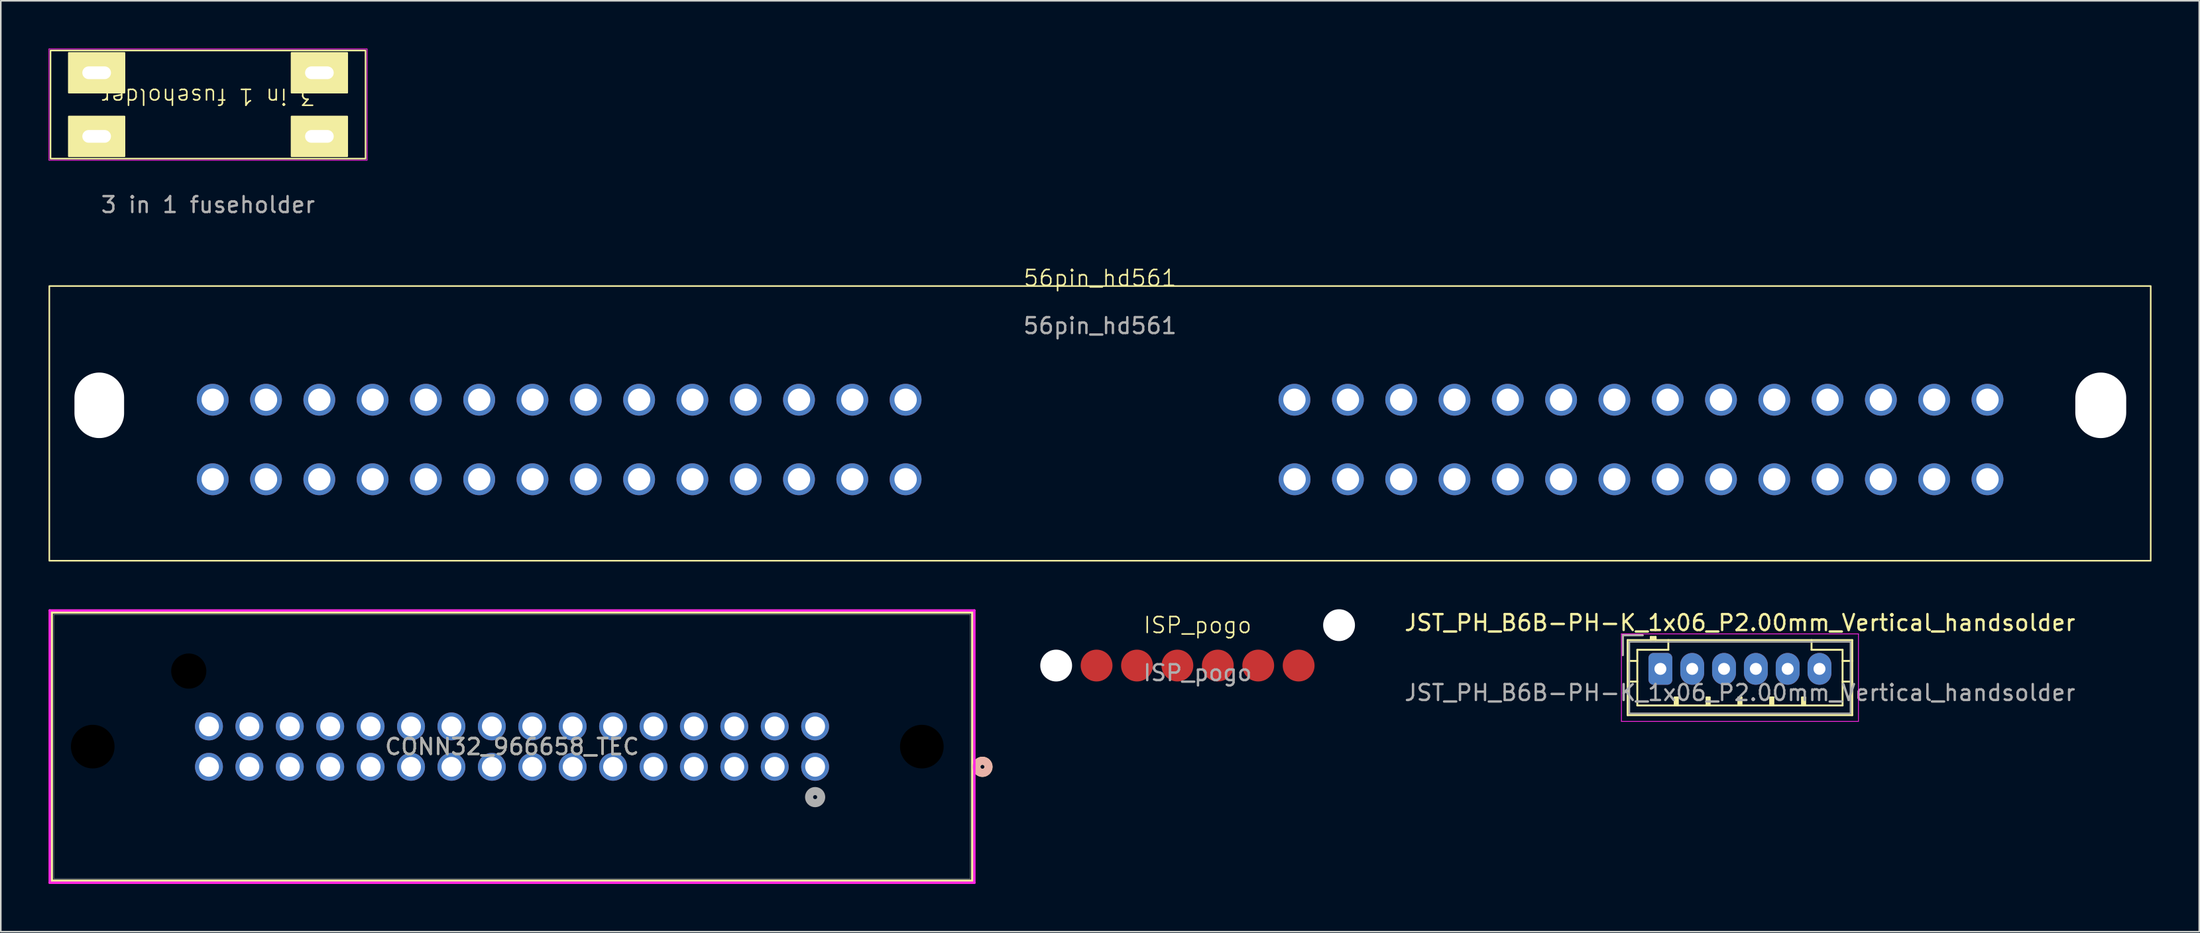
<source format=kicad_pcb>
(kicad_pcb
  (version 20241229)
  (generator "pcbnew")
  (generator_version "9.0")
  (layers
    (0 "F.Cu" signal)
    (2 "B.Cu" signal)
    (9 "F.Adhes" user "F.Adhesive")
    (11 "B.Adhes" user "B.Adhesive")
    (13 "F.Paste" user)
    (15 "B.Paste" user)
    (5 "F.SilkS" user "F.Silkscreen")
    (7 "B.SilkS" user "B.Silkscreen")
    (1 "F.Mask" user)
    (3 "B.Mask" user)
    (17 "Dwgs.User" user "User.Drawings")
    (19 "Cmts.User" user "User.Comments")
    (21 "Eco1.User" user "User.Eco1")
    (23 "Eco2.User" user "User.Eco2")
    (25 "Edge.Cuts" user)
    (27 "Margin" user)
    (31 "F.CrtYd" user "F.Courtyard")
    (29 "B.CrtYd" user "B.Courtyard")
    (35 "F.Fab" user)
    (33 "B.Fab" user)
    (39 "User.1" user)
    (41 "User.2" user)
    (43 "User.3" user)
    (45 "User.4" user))
  (footprint "56pin_hd561"
    (layer "F.Cu")
    (at 66.09 14.934)
    (property "Reference" "56pin_hd561" (at 0 -0.5 0) (unlocked yes) (layer "F.SilkS") (effects (font (size 1 1) (thickness 0.1))))
    (attr through_hole)
    (fp_rect (start -66.04 0) (end 66.04 17.272) (stroke (width 0.1) (type default)) (fill no) (layer "F.SilkS"))
    (fp_text user "${REFERENCE}" (at 0 2.5 0) (unlocked yes) (layer "F.Fab") (effects (font (size 1 1) (thickness 0.15))))
    (pad "" np_thru_hole oval (at -62.9 7.5) (size 3.12 4.12) (drill oval 3.12 4.12) (layers "*.Cu" "*.Mask"))
    (pad "" np_thru_hole oval (at 62.9 7.5) (size 3.2 4.12) (drill oval 3.2 4.12) (layers "*.Cu" "*.Mask"))
    (pad "1" thru_hole circle (at 12.22 7.15) (size 2 2) (drill 1.4) (layers "*.Cu" "*.Mask"))
    (pad "2" thru_hole circle (at 15.58 7.15) (size 2 2) (drill 1.4) (layers "*.Cu" "*.Mask"))
    (pad "3" thru_hole circle (at 18.93 7.15) (size 2 2) (drill 1.4) (layers "*.Cu" "*.Mask"))
    (pad "4" thru_hole circle (at 22.28 7.15) (size 2 2) (drill 1.4) (layers "*.Cu" "*.Mask"))
    (pad "5" thru_hole circle (at 25.63 7.15) (size 2 2) (drill 1.4) (layers "*.Cu" "*.Mask"))
    (pad "6" thru_hole circle (at 28.98 7.15) (size 2 2) (drill 1.4) (layers "*.Cu" "*.Mask"))
    (pad "7" thru_hole circle (at 32.33 7.15) (size 2 2) (drill 1.4) (layers "*.Cu" "*.Mask"))
    (pad "8" thru_hole circle (at 35.68 7.15) (size 2 2) (drill 1.4) (layers "*.Cu" "*.Mask"))
    (pad "9" thru_hole circle (at 39.03 7.15) (size 2 2) (drill 1.4) (layers "*.Cu" "*.Mask"))
    (pad "10" thru_hole circle (at 42.38 7.15) (size 2 2) (drill 1.4) (layers "*.Cu" "*.Mask"))
    (pad "11" thru_hole circle (at 45.73 7.15) (size 2 2) (drill 1.4) (layers "*.Cu" "*.Mask"))
    (pad "12" thru_hole circle (at 49.08 7.15) (size 2 2) (drill 1.4) (layers "*.Cu" "*.Mask"))
    (pad "13" thru_hole circle (at 52.43 7.15) (size 2 2) (drill 1.4) (layers "*.Cu" "*.Mask"))
    (pad "14" thru_hole circle (at 55.78 7.15) (size 2 2) (drill 1.4) (layers "*.Cu" "*.Mask"))
    (pad "15" thru_hole circle (at 12.23 12.15) (size 2 2) (drill 1.4) (layers "*.Cu" "*.Mask"))
    (pad "16" thru_hole circle (at 15.58 12.15) (size 2 2) (drill 1.4) (layers "*.Cu" "*.Mask"))
    (pad "17" thru_hole circle (at 18.93 12.15) (size 2 2) (drill 1.4) (layers "*.Cu" "*.Mask"))
    (pad "18" thru_hole circle (at 22.28 12.15) (size 2 2) (drill 1.4) (layers "*.Cu" "*.Mask"))
    (pad "19" thru_hole circle (at 25.63 12.15) (size 2 2) (drill 1.4) (layers "*.Cu" "*.Mask"))
    (pad "20" thru_hole circle (at 28.98 12.15) (size 2 2) (drill 1.4) (layers "*.Cu" "*.Mask"))
    (pad "21" thru_hole circle (at 32.33 12.15) (size 2 2) (drill 1.4) (layers "*.Cu" "*.Mask"))
    (pad "22" thru_hole circle (at 35.68 12.15) (size 2 2) (drill 1.4) (layers "*.Cu" "*.Mask"))
    (pad "23" thru_hole circle (at 39.03 12.15) (size 2 2) (drill 1.4) (layers "*.Cu" "*.Mask"))
    (pad "24" thru_hole circle (at 42.38 12.15) (size 2 2) (drill 1.4) (layers "*.Cu" "*.Mask"))
    (pad "25" thru_hole circle (at 45.73 12.15) (size 2 2) (drill 1.4) (layers "*.Cu" "*.Mask"))
    (pad "26" thru_hole circle (at 49.08 12.15) (size 2 2) (drill 1.4) (layers "*.Cu" "*.Mask"))
    (pad "27" thru_hole circle (at 52.43 12.15) (size 2 2) (drill 1.4) (layers "*.Cu" "*.Mask"))
    (pad "28" thru_hole circle (at 55.78 12.15) (size 2 2) (drill 1.4) (layers "*.Cu" "*.Mask"))
    (pad "29" thru_hole circle (at -12.22 7.15) (size 2 2) (drill 1.4) (layers "*.Cu" "*.Mask"))
    (pad "30" thru_hole circle (at -15.57 7.15) (size 2 2) (drill 1.4) (layers "*.Cu" "*.Mask"))
    (pad "31" thru_hole circle (at -18.92 7.15) (size 2 2) (drill 1.4) (layers "*.Cu" "*.Mask"))
    (pad "32" thru_hole circle (at -22.27 7.15) (size 2 2) (drill 1.4) (layers "*.Cu" "*.Mask"))
    (pad "33" thru_hole circle (at -25.62 7.15) (size 2 2) (drill 1.4) (layers "*.Cu" "*.Mask"))
    (pad "34" thru_hole circle (at -28.97 7.15) (size 2 2) (drill 1.4) (layers "*.Cu" "*.Mask"))
    (pad "35" thru_hole circle (at -32.32 7.15) (size 2 2) (drill 1.4) (layers "*.Cu" "*.Mask"))
    (pad "36" thru_hole circle (at -35.67 7.15) (size 2 2) (drill 1.4) (layers "*.Cu" "*.Mask"))
    (pad "37" thru_hole circle (at -39.02 7.15) (size 2 2) (drill 1.4) (layers "*.Cu" "*.Mask"))
    (pad "38" thru_hole circle (at -42.37 7.15) (size 2 2) (drill 1.4) (layers "*.Cu" "*.Mask"))
    (pad "39" thru_hole circle (at -45.72 7.15) (size 2 2) (drill 1.4) (layers "*.Cu" "*.Mask"))
    (pad "40" thru_hole circle (at -49.07 7.15) (size 2 2) (drill 1.4) (layers "*.Cu" "*.Mask"))
    (pad "41" thru_hole circle (at -52.42 7.15) (size 2 2) (drill 1.4) (layers "*.Cu" "*.Mask"))
    (pad "42" thru_hole circle (at -55.77 7.15) (size 2 2) (drill 1.4) (layers "*.Cu" "*.Mask"))
    (pad "43" thru_hole circle (at -12.22 12.15) (size 2 2) (drill 1.4) (layers "*.Cu" "*.Mask"))
    (pad "44" thru_hole circle (at -15.57 12.15) (size 2 2) (drill 1.4) (layers "*.Cu" "*.Mask"))
    (pad "45" thru_hole circle (at -18.92 12.15) (size 2 2) (drill 1.4) (layers "*.Cu" "*.Mask"))
    (pad "46" thru_hole circle (at -22.27 12.15) (size 2 2) (drill 1.4) (layers "*.Cu" "*.Mask"))
    (pad "47" thru_hole circle (at -25.62 12.15) (size 2 2) (drill 1.4) (layers "*.Cu" "*.Mask"))
    (pad "48" thru_hole circle (at -28.97 12.15) (size 2 2) (drill 1.4) (layers "*.Cu" "*.Mask"))
    (pad "49" thru_hole circle (at -32.32 12.15) (size 2 2) (drill 1.4) (layers "*.Cu" "*.Mask"))
    (pad "50" thru_hole circle (at -35.67 12.15) (size 2 2) (drill 1.4) (layers "*.Cu" "*.Mask"))
    (pad "51" thru_hole circle (at -39.02 12.15) (size 2 2) (drill 1.4) (layers "*.Cu" "*.Mask"))
    (pad "52" thru_hole circle (at -42.37 12.15) (size 2 2) (drill 1.4) (layers "*.Cu" "*.Mask"))
    (pad "53" thru_hole circle (at -45.72 12.15) (size 2 2) (drill 1.4) (layers "*.Cu" "*.Mask"))
    (pad "54" thru_hole circle (at -49.07 12.15) (size 2 2) (drill 1.4) (layers "*.Cu" "*.Mask"))
    (pad "55" thru_hole circle (at -52.42 12.15) (size 2 2) (drill 1.4) (layers "*.Cu" "*.Mask"))
    (pad "56" thru_hole circle (at -55.77 12.15) (size 2 2) (drill 1.4) (layers "*.Cu" "*.Mask")))
  (footprint "JST_PH_B6B-PH-K_1x06_P2.00mm_Vertical_handsolder"
    (layer "F.Cu")
    (at 101.311 39.004)
    (property "Reference" "JST_PH_B6B-PH-K_1x06_P2.00mm_Vertical_handsolder" (at 5 -2.9 0) (layer "F.SilkS") (effects (font (size 1 1) (thickness 0.15))))
    (attr through_hole)
    (fp_line (start -2.36 -2.11) (end -2.36 -0.86) (stroke (width 0.12) (type solid)) (layer "F.SilkS"))
    (fp_line (start -2.06 -1.81) (end -2.06 2.91) (stroke (width 0.12) (type solid)) (layer "F.SilkS"))
    (fp_line (start -2.06 -0.5) (end -1.45 -0.5) (stroke (width 0.12) (type solid)) (layer "F.SilkS"))
    (fp_line (start -2.06 0.8) (end -1.45 0.8) (stroke (width 0.12) (type solid)) (layer "F.SilkS"))
    (fp_line (start -2.06 2.91) (end 12.06 2.91) (stroke (width 0.12) (type solid)) (layer "F.SilkS"))
    (fp_line (start -1.45 -1.2) (end -1.45 2.3) (stroke (width 0.12) (type solid)) (layer "F.SilkS"))
    (fp_line (start -1.45 2.3) (end 11.45 2.3) (stroke (width 0.12) (type solid)) (layer "F.SilkS"))
    (fp_line (start -1.11 -2.11) (end -2.36 -2.11) (stroke (width 0.12) (type solid)) (layer "F.SilkS"))
    (fp_line (start -0.6 -2.01) (end -0.6 -1.81) (stroke (width 0.12) (type solid)) (layer "F.SilkS"))
    (fp_line (start -0.3 -2.01) (end -0.6 -2.01) (stroke (width 0.12) (type solid)) (layer "F.SilkS"))
    (fp_line (start -0.3 -1.91) (end -0.6 -1.91) (stroke (width 0.12) (type solid)) (layer "F.SilkS"))
    (fp_line (start -0.3 -1.81) (end -0.3 -2.01) (stroke (width 0.12) (type solid)) (layer "F.SilkS"))
    (fp_line (start 0.5 -1.81) (end 0.5 -1.2) (stroke (width 0.12) (type solid)) (layer "F.SilkS"))
    (fp_line (start 0.5 -1.2) (end -1.45 -1.2) (stroke (width 0.12) (type solid)) (layer "F.SilkS"))
    (fp_line (start 0.9 1.8) (end 1.1 1.8) (stroke (width 0.12) (type solid)) (layer "F.SilkS"))
    (fp_line (start 0.9 2.3) (end 0.9 1.8) (stroke (width 0.12) (type solid)) (layer "F.SilkS"))
    (fp_line (start 1 2.3) (end 1 1.8) (stroke (width 0.12) (type solid)) (layer "F.SilkS"))
    (fp_line (start 1.1 1.8) (end 1.1 2.3) (stroke (width 0.12) (type solid)) (layer "F.SilkS"))
    (fp_line (start 2.9 1.8) (end 3.1 1.8) (stroke (width 0.12) (type solid)) (layer "F.SilkS"))
    (fp_line (start 2.9 2.3) (end 2.9 1.8) (stroke (width 0.12) (type solid)) (layer "F.SilkS"))
    (fp_line (start 3 2.3) (end 3 1.8) (stroke (width 0.12) (type solid)) (layer "F.SilkS"))
    (fp_line (start 3.1 1.8) (end 3.1 2.3) (stroke (width 0.12) (type solid)) (layer "F.SilkS"))
    (fp_line (start 4.9 1.8) (end 5.1 1.8) (stroke (width 0.12) (type solid)) (layer "F.SilkS"))
    (fp_line (start 4.9 2.3) (end 4.9 1.8) (stroke (width 0.12) (type solid)) (layer "F.SilkS"))
    (fp_line (start 5 2.3) (end 5 1.8) (stroke (width 0.12) (type solid)) (layer "F.SilkS"))
    (fp_line (start 5.1 1.8) (end 5.1 2.3) (stroke (width 0.12) (type solid)) (layer "F.SilkS"))
    (fp_line (start 6.9 1.8) (end 7.1 1.8) (stroke (width 0.12) (type solid)) (layer "F.SilkS"))
    (fp_line (start 6.9 2.3) (end 6.9 1.8) (stroke (width 0.12) (type solid)) (layer "F.SilkS"))
    (fp_line (start 7 2.3) (end 7 1.8) (stroke (width 0.12) (type solid)) (layer "F.SilkS"))
    (fp_line (start 7.1 1.8) (end 7.1 2.3) (stroke (width 0.12) (type solid)) (layer "F.SilkS"))
    (fp_line (start 8.9 1.8) (end 9.1 1.8) (stroke (width 0.12) (type solid)) (layer "F.SilkS"))
    (fp_line (start 8.9 2.3) (end 8.9 1.8) (stroke (width 0.12) (type solid)) (layer "F.SilkS"))
    (fp_line (start 9 2.3) (end 9 1.8) (stroke (width 0.12) (type solid)) (layer "F.SilkS"))
    (fp_line (start 9.1 1.8) (end 9.1 2.3) (stroke (width 0.12) (type solid)) (layer "F.SilkS"))
    (fp_line (start 9.5 -1.2) (end 9.5 -1.81) (stroke (width 0.12) (type solid)) (layer "F.SilkS"))
    (fp_line (start 11.45 -1.2) (end 9.5 -1.2) (stroke (width 0.12) (type solid)) (layer "F.SilkS"))
    (fp_line (start 11.45 2.3) (end 11.45 -1.2) (stroke (width 0.12) (type solid)) (layer "F.SilkS"))
    (fp_line (start 12.06 -1.81) (end -2.06 -1.81) (stroke (width 0.12) (type solid)) (layer "F.SilkS"))
    (fp_line (start 12.06 -0.5) (end 11.45 -0.5) (stroke (width 0.12) (type solid)) (layer "F.SilkS"))
    (fp_line (start 12.06 0.8) (end 11.45 0.8) (stroke (width 0.12) (type solid)) (layer "F.SilkS"))
    (fp_line (start 12.06 2.91) (end 12.06 -1.81) (stroke (width 0.12) (type solid)) (layer "F.SilkS"))
    (fp_line (start -2.45 -2.2) (end -2.45 3.3) (stroke (width 0.05) (type solid)) (layer "F.CrtYd"))
    (fp_line (start -2.45 3.3) (end 12.45 3.3) (stroke (width 0.05) (type solid)) (layer "F.CrtYd"))
    (fp_line (start 12.45 -2.2) (end -2.45 -2.2) (stroke (width 0.05) (type solid)) (layer "F.CrtYd"))
    (fp_line (start 12.45 3.3) (end 12.45 -2.2) (stroke (width 0.05) (type solid)) (layer "F.CrtYd"))
    (fp_line (start -2.36 -2.11) (end -2.36 -0.86) (stroke (width 0.1) (type solid)) (layer "F.Fab"))
    (fp_line (start -1.95 -1.7) (end -1.95 2.8) (stroke (width 0.1) (type solid)) (layer "F.Fab"))
    (fp_line (start -1.95 2.8) (end 11.95 2.8) (stroke (width 0.1) (type solid)) (layer "F.Fab"))
    (fp_line (start -1.11 -2.11) (end -2.36 -2.11) (stroke (width 0.1) (type solid)) (layer "F.Fab"))
    (fp_line (start 11.95 -1.7) (end -1.95 -1.7) (stroke (width 0.1) (type solid)) (layer "F.Fab"))
    (fp_line (start 11.95 2.8) (end 11.95 -1.7) (stroke (width 0.1) (type solid)) (layer "F.Fab"))
    (fp_text user "${REFERENCE}" (at 5 1.5 0) (layer "F.Fab") (effects (font (size 1 1) (thickness 0.15))))
    (pad "1" thru_hole roundrect (at 0 0) (size 1.5 2) (drill 0.75) (layers "*.Cu" "*.Mask") (roundrect_rratio 0.208))
    (pad "2" thru_hole oval (at 2 0) (size 1.5 2) (drill 0.75) (layers "*.Cu" "*.Mask"))
    (pad "3" thru_hole oval (at 4 0) (size 1.5 2) (drill 0.75) (layers "*.Cu" "*.Mask"))
    (pad "4" thru_hole oval (at 6 0) (size 1.5 2) (drill 0.75) (layers "*.Cu" "*.Mask"))
    (pad "5" thru_hole oval (at 8 0) (size 1.5 2) (drill 0.75) (layers "*.Cu" "*.Mask"))
    (pad "6" thru_hole oval (at 10 0) (size 1.5 2) (drill 0.75) (layers "*.Cu" "*.Mask")))
  (footprint "3 in 1 fuseholder"
    (layer "F.Cu")
    (at 10.025 3.525)
    (property "Reference" "3 in 1 fuseholder" (at 0 -0.5 180) (unlocked yes) (layer "F.SilkS") (effects (font (size 1 1) (thickness 0.1))))
    (attr through_hole)
    (fp_rect (start -9.9 -3.4) (end 9.9 3.4) (stroke (width 0.1) (type default)) (fill no) (layer "F.SilkS"))
    (fp_rect (start -8.75 -3.25) (end -5.25 -0.75) (stroke (width 0.1) (type solid)) (fill yes) (layer "F.SilkS"))
    (fp_rect (start -8.75 0.75) (end -5.25 3.25) (stroke (width 0.1) (type solid)) (fill yes) (layer "F.SilkS"))
    (fp_rect (start 5.25 -3.25) (end 8.75 -0.75) (stroke (width 0.1) (type solid)) (fill yes) (layer "F.SilkS"))
    (fp_rect (start 5.25 0.75) (end 8.75 3.25) (stroke (width 0.1) (type solid)) (fill yes) (layer "F.SilkS"))
    (fp_rect (start -10 -3.5) (end 10 3.5) (stroke (width 0.05) (type default)) (fill no) (layer "F.CrtYd"))
    (fp_text user "${REFERENCE}" (at 0 6.3 0) (unlocked yes) (layer "F.Fab") (effects (font (size 1 1) (thickness 0.15))))
    (pad "1" thru_hole oval (at -7 -2) (size 2.8 1.8) (drill oval 1.8 0.8) (layers "*.Cu" "*.Mask"))
    (pad "1" thru_hole oval (at -7 2) (size 2.8 1.8) (drill oval 1.8 0.8) (layers "*.Cu" "*.Mask"))
    (pad "2" thru_hole oval (at 7 -2) (size 2.8 1.8) (drill oval 1.8 0.8) (layers "*.Cu" "*.Mask"))
    (pad "2" thru_hole oval (at 7 2) (size 2.8 1.8) (drill oval 1.8 0.8) (layers "*.Cu" "*.Mask")))
  (footprint "CONN32_966658_TEC"
    (layer "F.Cu")
    (at 10.084 42.622)
    (property "Reference" "CONN32_966658_TEC" (at 19.05 1.27 0) (unlocked yes) (layer "F.SilkS") (effects (font (size 1 1) (thickness 0.15))))
    (attr through_hole)
    (fp_line (start -9.881 -7.163) (end -9.881 9.703) (stroke (width 0.152) (type solid)) (layer "F.SilkS"))
    (fp_line (start -9.881 9.703) (end 47.981 9.703) (stroke (width 0.152) (type solid)) (layer "F.SilkS"))
    (fp_line (start 47.981 -7.163) (end -9.881 -7.163) (stroke (width 0.152) (type solid)) (layer "F.SilkS"))
    (fp_line (start 47.981 9.703) (end 47.981 -7.163) (stroke (width 0.152) (type solid)) (layer "F.SilkS"))
    (fp_circle (center 48.616 2.54) (end 48.997 2.54) (stroke (width 0.508) (type solid)) (fill no) (layer "F.SilkS"))
    (fp_circle (center 48.616 2.54) (end 48.997 2.54) (stroke (width 0.508) (type solid)) (fill no) (layer "B.SilkS"))
    (fp_line (start -10.008 -7.29) (end -10.008 9.83) (stroke (width 0.152) (type solid)) (layer "F.CrtYd"))
    (fp_line (start -10.008 9.83) (end 48.108 9.83) (stroke (width 0.152) (type solid)) (layer "F.CrtYd"))
    (fp_line (start 48.108 -7.29) (end -10.008 -7.29) (stroke (width 0.152) (type solid)) (layer "F.CrtYd"))
    (fp_line (start 48.108 9.83) (end 48.108 -7.29) (stroke (width 0.152) (type solid)) (layer "F.CrtYd"))
    (fp_line (start -9.754 -7.036) (end -9.754 9.576) (stroke (width 0.025) (type solid)) (layer "F.Fab"))
    (fp_line (start -9.754 9.576) (end 47.854 9.576) (stroke (width 0.025) (type solid)) (layer "F.Fab"))
    (fp_line (start 47.854 -7.036) (end -9.754 -7.036) (stroke (width 0.025) (type solid)) (layer "F.Fab"))
    (fp_line (start 47.854 9.576) (end 47.854 -7.036) (stroke (width 0.025) (type solid)) (layer "F.Fab"))
    (fp_circle (center 38.1 4.445) (end 38.481 4.445) (stroke (width 0.508) (type solid)) (fill no) (layer "F.Fab"))
    (fp_text user "${REFERENCE}" (at 19.05 1.27 0) (unlocked yes) (layer "F.Fab") (effects (font (size 1 1) (thickness 0.15))))
    (pad "" np_thru_hole circle (at -7.306 1.27) (size 2.743 2.743) (drill 2.743) (layers))
    (pad "" np_thru_hole circle (at -1.27 -3.48) (size 2.21 2.21) (drill 2.21) (layers))
    (pad "" np_thru_hole circle (at 44.806 1.27) (size 2.743 2.743) (drill 2.743) (layers))
    (pad "1" thru_hole circle (at 38.1 2.54) (size 1.753 1.753) (drill 1.245) (layers "*.Cu" "*.Mask"))
    (pad "2" thru_hole circle (at 35.56 2.54) (size 1.753 1.753) (drill 1.245) (layers "*.Cu" "*.Mask"))
    (pad "3" thru_hole circle (at 33.02 2.54) (size 1.753 1.753) (drill 1.245) (layers "*.Cu" "*.Mask"))
    (pad "4" thru_hole circle (at 30.48 2.54) (size 1.753 1.753) (drill 1.245) (layers "*.Cu" "*.Mask"))
    (pad "5" thru_hole circle (at 27.94 2.54) (size 1.753 1.753) (drill 1.245) (layers "*.Cu" "*.Mask"))
    (pad "6" thru_hole circle (at 25.4 2.54) (size 1.753 1.753) (drill 1.245) (layers "*.Cu" "*.Mask"))
    (pad "7" thru_hole circle (at 22.86 2.54) (size 1.753 1.753) (drill 1.245) (layers "*.Cu" "*.Mask"))
    (pad "8" thru_hole circle (at 20.32 2.54) (size 1.753 1.753) (drill 1.245) (layers "*.Cu" "*.Mask"))
    (pad "9" thru_hole circle (at 17.78 2.54) (size 1.753 1.753) (drill 1.245) (layers "*.Cu" "*.Mask"))
    (pad "10" thru_hole circle (at 15.24 2.54) (size 1.753 1.753) (drill 1.245) (layers "*.Cu" "*.Mask"))
    (pad "11" thru_hole circle (at 12.7 2.54) (size 1.753 1.753) (drill 1.245) (layers "*.Cu" "*.Mask"))
    (pad "12" thru_hole circle (at 10.16 2.54) (size 1.753 1.753) (drill 1.245) (layers "*.Cu" "*.Mask"))
    (pad "13" thru_hole circle (at 7.62 2.54) (size 1.753 1.753) (drill 1.245) (layers "*.Cu" "*.Mask"))
    (pad "14" thru_hole circle (at 5.08 2.54) (size 1.753 1.753) (drill 1.245) (layers "*.Cu" "*.Mask"))
    (pad "15" thru_hole circle (at 2.54 2.54) (size 1.753 1.753) (drill 1.245) (layers "*.Cu" "*.Mask"))
    (pad "16" thru_hole circle (at 0 2.54) (size 1.753 1.753) (drill 1.245) (layers "*.Cu" "*.Mask"))
    (pad "17" thru_hole circle (at 38.1 0) (size 1.753 1.753) (drill 1.245) (layers "*.Cu" "*.Mask"))
    (pad "18" thru_hole circle (at 35.56 0) (size 1.753 1.753) (drill 1.245) (layers "*.Cu" "*.Mask"))
    (pad "19" thru_hole circle (at 33.02 0) (size 1.753 1.753) (drill 1.245) (layers "*.Cu" "*.Mask"))
    (pad "20" thru_hole circle (at 30.48 0) (size 1.753 1.753) (drill 1.245) (layers "*.Cu" "*.Mask"))
    (pad "21" thru_hole circle (at 27.94 0) (size 1.753 1.753) (drill 1.245) (layers "*.Cu" "*.Mask"))
    (pad "22" thru_hole circle (at 25.4 0) (size 1.753 1.753) (drill 1.245) (layers "*.Cu" "*.Mask"))
    (pad "23" thru_hole circle (at 22.86 0) (size 1.753 1.753) (drill 1.245) (layers "*.Cu" "*.Mask"))
    (pad "24" thru_hole circle (at 20.32 0) (size 1.753 1.753) (drill 1.245) (layers "*.Cu" "*.Mask"))
    (pad "25" thru_hole circle (at 17.78 0) (size 1.753 1.753) (drill 1.245) (layers "*.Cu" "*.Mask"))
    (pad "26" thru_hole circle (at 15.24 0) (size 1.753 1.753) (drill 1.245) (layers "*.Cu" "*.Mask"))
    (pad "27" thru_hole circle (at 12.7 0) (size 1.753 1.753) (drill 1.245) (layers "*.Cu" "*.Mask"))
    (pad "28" thru_hole circle (at 10.16 0) (size 1.753 1.753) (drill 1.245) (layers "*.Cu" "*.Mask"))
    (pad "29" thru_hole circle (at 7.62 0) (size 1.753 1.753) (drill 1.245) (layers "*.Cu" "*.Mask"))
    (pad "30" thru_hole circle (at 5.08 0) (size 1.753 1.753) (drill 1.245) (layers "*.Cu" "*.Mask"))
    (pad "31" thru_hole circle (at 2.54 0) (size 1.753 1.753) (drill 1.245) (layers "*.Cu" "*.Mask"))
    (pad "32" thru_hole circle (at 0 0) (size 1.753 1.753) (drill 1.245) (layers "*.Cu" "*.Mask")))
  (footprint "ISP_pogo"
    (layer "F.Cu")
    (at 72.224 38.796)
    (property "Reference" "ISP_pogo" (at 0 -2.54 0) (unlocked yes) (layer "F.SilkS") (effects (font (size 1 1) (thickness 0.1))))
    (attr smd)
    (fp_text user "${REFERENCE}" (at 0 0.46 0) (unlocked yes) (layer "F.Fab") (effects (font (size 1 1) (thickness 0.15))))
    (pad "" np_thru_hole circle (at -8.89 0) (size 2 2) (drill 2) (layers "*.Cu" "*.Mask"))
    (pad "" np_thru_hole circle (at 8.89 -2.54) (size 2 2) (drill 2) (layers "*.Cu" "*.Mask"))
    (pad "1" smd circle (at -6.35 0) (size 2 2) (layers "F.Cu" "F.Mask" "F.Paste"))
    (pad "2" smd circle (at -3.81 0) (size 2 2) (layers "F.Cu" "F.Mask" "F.Paste"))
    (pad "3" smd circle (at -1.27 0) (size 2 2) (layers "F.Cu" "F.Mask" "F.Paste"))
    (pad "4" smd circle (at 1.27 0) (size 2 2) (layers "F.Cu" "F.Mask" "F.Paste"))
    (pad "5" smd circle (at 3.81 0) (size 2 2) (layers "F.Cu" "F.Mask" "F.Paste"))
    (pad "6" smd circle (at 6.35 0) (size 2 2) (layers "F.Cu" "F.Mask" "F.Paste")))
  (gr_rect
    (start -3 -3)
    (end 135.18 55.528)
    (stroke (width 0.1) (type default))
    (fill no)
    (layer "Edge.Cuts")))
</source>
